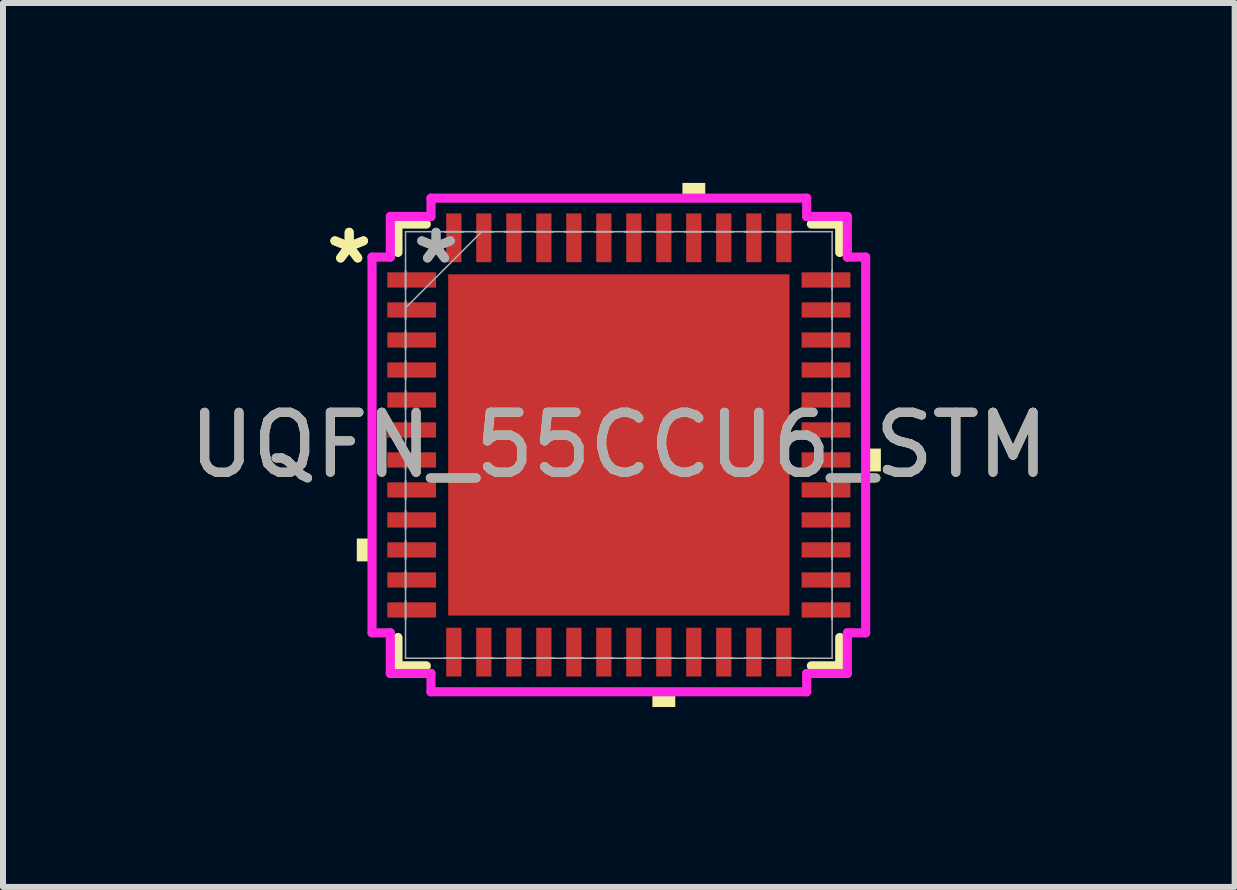
<source format=kicad_pcb>
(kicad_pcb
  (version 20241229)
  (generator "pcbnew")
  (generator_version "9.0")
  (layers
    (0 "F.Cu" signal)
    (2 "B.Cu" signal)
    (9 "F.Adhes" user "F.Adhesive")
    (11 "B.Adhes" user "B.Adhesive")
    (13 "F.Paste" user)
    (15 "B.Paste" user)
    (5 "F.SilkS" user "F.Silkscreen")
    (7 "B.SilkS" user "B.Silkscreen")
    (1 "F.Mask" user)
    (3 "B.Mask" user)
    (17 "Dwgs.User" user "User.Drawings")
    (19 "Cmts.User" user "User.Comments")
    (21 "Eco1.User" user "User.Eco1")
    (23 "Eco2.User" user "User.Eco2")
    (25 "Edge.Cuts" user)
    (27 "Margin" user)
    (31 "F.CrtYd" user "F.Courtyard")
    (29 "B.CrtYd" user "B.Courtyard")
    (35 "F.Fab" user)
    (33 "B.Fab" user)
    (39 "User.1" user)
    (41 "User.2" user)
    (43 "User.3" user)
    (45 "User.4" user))
  (footprint "UQFN_55CCU6_STM"
    (layer "F.Cu")
    (at 7.268 4.369)
    (property "Reference" "UQFN_55CCU6_STM" (at 0 0 0) (unlocked yes) (layer "F.SilkS") (effects (font (size 1 1) (thickness 0.15))))
    (attr smd)
    (fp_line (start -3.683 -3.683) (end -3.683 -3.21) (stroke (width 0.152) (type solid)) (layer "F.SilkS"))
    (fp_line (start -3.683 3.21) (end -3.683 3.683) (stroke (width 0.152) (type solid)) (layer "F.SilkS"))
    (fp_line (start -3.683 3.683) (end -3.21 3.683) (stroke (width 0.152) (type solid)) (layer "F.SilkS"))
    (fp_line (start -3.21 -3.683) (end -3.683 -3.683) (stroke (width 0.152) (type solid)) (layer "F.SilkS"))
    (fp_line (start 3.21 3.683) (end 3.683 3.683) (stroke (width 0.152) (type solid)) (layer "F.SilkS"))
    (fp_line (start 3.683 -3.683) (end 3.21 -3.683) (stroke (width 0.152) (type solid)) (layer "F.SilkS"))
    (fp_line (start 3.683 -3.21) (end 3.683 -3.683) (stroke (width 0.152) (type solid)) (layer "F.SilkS"))
    (fp_line (start 3.683 3.683) (end 3.683 3.21) (stroke (width 0.152) (type solid)) (layer "F.SilkS"))
    (fp_poly (pts (xy -4.369 1.56) (xy -4.369 1.941) (xy -4.115 1.941) (xy -4.115 1.56)) (stroke (width 0) (type solid)) (fill yes) (layer "F.SilkS"))
    (fp_poly (pts (xy 0.56 4.115) (xy 0.56 4.369) (xy 0.941 4.369) (xy 0.941 4.115)) (stroke (width 0) (type solid)) (fill yes) (layer "F.SilkS"))
    (fp_poly (pts (xy 1.06 -4.115) (xy 1.06 -4.369) (xy 1.441 -4.369) (xy 1.441 -4.115)) (stroke (width 0) (type solid)) (fill yes) (layer "F.SilkS"))
    (fp_poly (pts (xy 4.369 0.06) (xy 4.369 0.441) (xy 4.115 0.441) (xy 4.115 0.06)) (stroke (width 0) (type solid)) (fill yes) (layer "F.SilkS"))
    (fp_poly (pts (xy -2.745 -2.745) (xy -2.745 -1.522) (xy -1.522 -1.522) (xy -1.522 -2.745)) (stroke (width 0) (type solid)) (fill yes) (layer "F.Paste"))
    (fp_poly (pts (xy -2.745 -1.322) (xy -2.745 -0.1) (xy -1.522 -0.1) (xy -1.522 -1.322)) (stroke (width 0) (type solid)) (fill yes) (layer "F.Paste"))
    (fp_poly (pts (xy -2.745 0.1) (xy -2.745 1.322) (xy -1.522 1.322) (xy -1.522 0.1)) (stroke (width 0) (type solid)) (fill yes) (layer "F.Paste"))
    (fp_poly (pts (xy -2.745 1.522) (xy -2.745 2.745) (xy -1.522 2.745) (xy -1.522 1.522)) (stroke (width 0) (type solid)) (fill yes) (layer "F.Paste"))
    (fp_poly (pts (xy -1.322 -2.745) (xy -1.322 -1.522) (xy -0.1 -1.522) (xy -0.1 -2.745)) (stroke (width 0) (type solid)) (fill yes) (layer "F.Paste"))
    (fp_poly (pts (xy -1.322 -1.322) (xy -1.322 -0.1) (xy -0.1 -0.1) (xy -0.1 -1.322)) (stroke (width 0) (type solid)) (fill yes) (layer "F.Paste"))
    (fp_poly (pts (xy -1.322 0.1) (xy -1.322 1.322) (xy -0.1 1.322) (xy -0.1 0.1)) (stroke (width 0) (type solid)) (fill yes) (layer "F.Paste"))
    (fp_poly (pts (xy -1.322 1.522) (xy -1.322 2.745) (xy -0.1 2.745) (xy -0.1 1.522)) (stroke (width 0) (type solid)) (fill yes) (layer "F.Paste"))
    (fp_poly (pts (xy 0.1 -2.745) (xy 0.1 -1.522) (xy 1.322 -1.522) (xy 1.322 -2.745)) (stroke (width 0) (type solid)) (fill yes) (layer "F.Paste"))
    (fp_poly (pts (xy 0.1 -1.322) (xy 0.1 -0.1) (xy 1.322 -0.1) (xy 1.322 -1.322)) (stroke (width 0) (type solid)) (fill yes) (layer "F.Paste"))
    (fp_poly (pts (xy 0.1 0.1) (xy 0.1 1.322) (xy 1.322 1.322) (xy 1.322 0.1)) (stroke (width 0) (type solid)) (fill yes) (layer "F.Paste"))
    (fp_poly (pts (xy 0.1 1.522) (xy 0.1 2.745) (xy 1.322 2.745) (xy 1.322 1.522)) (stroke (width 0) (type solid)) (fill yes) (layer "F.Paste"))
    (fp_poly (pts (xy 1.522 -2.745) (xy 1.522 -1.522) (xy 2.745 -1.522) (xy 2.745 -2.745)) (stroke (width 0) (type solid)) (fill yes) (layer "F.Paste"))
    (fp_poly (pts (xy 1.522 -1.322) (xy 1.522 -0.1) (xy 2.745 -0.1) (xy 2.745 -1.322)) (stroke (width 0) (type solid)) (fill yes) (layer "F.Paste"))
    (fp_poly (pts (xy 1.522 0.1) (xy 1.522 1.322) (xy 2.745 1.322) (xy 2.745 0.1)) (stroke (width 0) (type solid)) (fill yes) (layer "F.Paste"))
    (fp_poly (pts (xy 1.522 1.522) (xy 1.522 2.745) (xy 2.745 2.745) (xy 2.745 1.522)) (stroke (width 0) (type solid)) (fill yes) (layer "F.Paste"))
    (fp_line (start -4.115 -3.132) (end -3.81 -3.132) (stroke (width 0.152) (type solid)) (layer "F.CrtYd"))
    (fp_line (start -4.115 3.132) (end -4.115 -3.132) (stroke (width 0.152) (type solid)) (layer "F.CrtYd"))
    (fp_line (start -3.81 -3.81) (end -3.132 -3.81) (stroke (width 0.152) (type solid)) (layer "F.CrtYd"))
    (fp_line (start -3.81 -3.132) (end -3.81 -3.81) (stroke (width 0.152) (type solid)) (layer "F.CrtYd"))
    (fp_line (start -3.81 3.132) (end -4.115 3.132) (stroke (width 0.152) (type solid)) (layer "F.CrtYd"))
    (fp_line (start -3.81 3.81) (end -3.81 3.132) (stroke (width 0.152) (type solid)) (layer "F.CrtYd"))
    (fp_line (start -3.132 -4.115) (end 3.132 -4.115) (stroke (width 0.152) (type solid)) (layer "F.CrtYd"))
    (fp_line (start -3.132 -3.81) (end -3.132 -4.115) (stroke (width 0.152) (type solid)) (layer "F.CrtYd"))
    (fp_line (start -3.132 3.81) (end -3.81 3.81) (stroke (width 0.152) (type solid)) (layer "F.CrtYd"))
    (fp_line (start -3.132 4.115) (end -3.132 3.81) (stroke (width 0.152) (type solid)) (layer "F.CrtYd"))
    (fp_line (start 3.132 -4.115) (end 3.132 -3.81) (stroke (width 0.152) (type solid)) (layer "F.CrtYd"))
    (fp_line (start 3.132 -3.81) (end 3.81 -3.81) (stroke (width 0.152) (type solid)) (layer "F.CrtYd"))
    (fp_line (start 3.132 3.81) (end 3.132 4.115) (stroke (width 0.152) (type solid)) (layer "F.CrtYd"))
    (fp_line (start 3.132 4.115) (end -3.132 4.115) (stroke (width 0.152) (type solid)) (layer "F.CrtYd"))
    (fp_line (start 3.81 -3.81) (end 3.81 -3.132) (stroke (width 0.152) (type solid)) (layer "F.CrtYd"))
    (fp_line (start 3.81 -3.132) (end 4.115 -3.132) (stroke (width 0.152) (type solid)) (layer "F.CrtYd"))
    (fp_line (start 3.81 3.132) (end 3.81 3.81) (stroke (width 0.152) (type solid)) (layer "F.CrtYd"))
    (fp_line (start 3.81 3.81) (end 3.132 3.81) (stroke (width 0.152) (type solid)) (layer "F.CrtYd"))
    (fp_line (start 4.115 -3.132) (end 4.115 3.132) (stroke (width 0.152) (type solid)) (layer "F.CrtYd"))
    (fp_line (start 4.115 3.132) (end 3.81 3.132) (stroke (width 0.152) (type solid)) (layer "F.CrtYd"))
    (fp_line (start -3.556 -3.556) (end -3.556 -3.556) (stroke (width 0.025) (type solid)) (layer "F.Fab"))
    (fp_line (start -3.556 -3.556) (end -3.556 3.556) (stroke (width 0.025) (type solid)) (layer "F.Fab"))
    (fp_line (start -3.556 -2.903) (end -3.556 -2.903) (stroke (width 0.025) (type solid)) (layer "F.Fab"))
    (fp_line (start -3.556 -2.903) (end -3.556 -2.598) (stroke (width 0.025) (type solid)) (layer "F.Fab"))
    (fp_line (start -3.556 -2.598) (end -3.556 -2.903) (stroke (width 0.025) (type solid)) (layer "F.Fab"))
    (fp_line (start -3.556 -2.598) (end -3.556 -2.598) (stroke (width 0.025) (type solid)) (layer "F.Fab"))
    (fp_line (start -3.556 -2.403) (end -3.556 -2.403) (stroke (width 0.025) (type solid)) (layer "F.Fab"))
    (fp_line (start -3.556 -2.403) (end -3.556 -2.098) (stroke (width 0.025) (type solid)) (layer "F.Fab"))
    (fp_line (start -3.556 -2.286) (end -2.286 -3.556) (stroke (width 0.025) (type solid)) (layer "F.Fab"))
    (fp_line (start -3.556 -2.098) (end -3.556 -2.403) (stroke (width 0.025) (type solid)) (layer "F.Fab"))
    (fp_line (start -3.556 -2.098) (end -3.556 -2.098) (stroke (width 0.025) (type solid)) (layer "F.Fab"))
    (fp_line (start -3.556 -1.903) (end -3.556 -1.903) (stroke (width 0.025) (type solid)) (layer "F.Fab"))
    (fp_line (start -3.556 -1.903) (end -3.556 -1.598) (stroke (width 0.025) (type solid)) (layer "F.Fab"))
    (fp_line (start -3.556 -1.598) (end -3.556 -1.903) (stroke (width 0.025) (type solid)) (layer "F.Fab"))
    (fp_line (start -3.556 -1.598) (end -3.556 -1.598) (stroke (width 0.025) (type solid)) (layer "F.Fab"))
    (fp_line (start -3.556 -1.403) (end -3.556 -1.403) (stroke (width 0.025) (type solid)) (layer "F.Fab"))
    (fp_line (start -3.556 -1.403) (end -3.556 -1.098) (stroke (width 0.025) (type solid)) (layer "F.Fab"))
    (fp_line (start -3.556 -1.098) (end -3.556 -1.403) (stroke (width 0.025) (type solid)) (layer "F.Fab"))
    (fp_line (start -3.556 -1.098) (end -3.556 -1.098) (stroke (width 0.025) (type solid)) (layer "F.Fab"))
    (fp_line (start -3.556 -0.903) (end -3.556 -0.903) (stroke (width 0.025) (type solid)) (layer "F.Fab"))
    (fp_line (start -3.556 -0.903) (end -3.556 -0.598) (stroke (width 0.025) (type solid)) (layer "F.Fab"))
    (fp_line (start -3.556 -0.598) (end -3.556 -0.903) (stroke (width 0.025) (type solid)) (layer "F.Fab"))
    (fp_line (start -3.556 -0.598) (end -3.556 -0.598) (stroke (width 0.025) (type solid)) (layer "F.Fab"))
    (fp_line (start -3.556 -0.402) (end -3.556 -0.402) (stroke (width 0.025) (type solid)) (layer "F.Fab"))
    (fp_line (start -3.556 -0.402) (end -3.556 -0.098) (stroke (width 0.025) (type solid)) (layer "F.Fab"))
    (fp_line (start -3.556 -0.098) (end -3.556 -0.402) (stroke (width 0.025) (type solid)) (layer "F.Fab"))
    (fp_line (start -3.556 -0.098) (end -3.556 -0.098) (stroke (width 0.025) (type solid)) (layer "F.Fab"))
    (fp_line (start -3.556 0.098) (end -3.556 0.098) (stroke (width 0.025) (type solid)) (layer "F.Fab"))
    (fp_line (start -3.556 0.098) (end -3.556 0.402) (stroke (width 0.025) (type solid)) (layer "F.Fab"))
    (fp_line (start -3.556 0.402) (end -3.556 0.098) (stroke (width 0.025) (type solid)) (layer "F.Fab"))
    (fp_line (start -3.556 0.402) (end -3.556 0.402) (stroke (width 0.025) (type solid)) (layer "F.Fab"))
    (fp_line (start -3.556 0.598) (end -3.556 0.598) (stroke (width 0.025) (type solid)) (layer "F.Fab"))
    (fp_line (start -3.556 0.598) (end -3.556 0.903) (stroke (width 0.025) (type solid)) (layer "F.Fab"))
    (fp_line (start -3.556 0.903) (end -3.556 0.598) (stroke (width 0.025) (type solid)) (layer "F.Fab"))
    (fp_line (start -3.556 0.903) (end -3.556 0.903) (stroke (width 0.025) (type solid)) (layer "F.Fab"))
    (fp_line (start -3.556 1.098) (end -3.556 1.098) (stroke (width 0.025) (type solid)) (layer "F.Fab"))
    (fp_line (start -3.556 1.098) (end -3.556 1.403) (stroke (width 0.025) (type solid)) (layer "F.Fab"))
    (fp_line (start -3.556 1.403) (end -3.556 1.098) (stroke (width 0.025) (type solid)) (layer "F.Fab"))
    (fp_line (start -3.556 1.403) (end -3.556 1.403) (stroke (width 0.025) (type solid)) (layer "F.Fab"))
    (fp_line (start -3.556 1.598) (end -3.556 1.598) (stroke (width 0.025) (type solid)) (layer "F.Fab"))
    (fp_line (start -3.556 1.598) (end -3.556 1.903) (stroke (width 0.025) (type solid)) (layer "F.Fab"))
    (fp_line (start -3.556 1.903) (end -3.556 1.598) (stroke (width 0.025) (type solid)) (layer "F.Fab"))
    (fp_line (start -3.556 1.903) (end -3.556 1.903) (stroke (width 0.025) (type solid)) (layer "F.Fab"))
    (fp_line (start -3.556 2.098) (end -3.556 2.098) (stroke (width 0.025) (type solid)) (layer "F.Fab"))
    (fp_line (start -3.556 2.098) (end -3.556 2.403) (stroke (width 0.025) (type solid)) (layer "F.Fab"))
    (fp_line (start -3.556 2.403) (end -3.556 2.098) (stroke (width 0.025) (type solid)) (layer "F.Fab"))
    (fp_line (start -3.556 2.403) (end -3.556 2.403) (stroke (width 0.025) (type solid)) (layer "F.Fab"))
    (fp_line (start -3.556 2.598) (end -3.556 2.598) (stroke (width 0.025) (type solid)) (layer "F.Fab"))
    (fp_line (start -3.556 2.598) (end -3.556 2.903) (stroke (width 0.025) (type solid)) (layer "F.Fab"))
    (fp_line (start -3.556 2.903) (end -3.556 2.598) (stroke (width 0.025) (type solid)) (layer "F.Fab"))
    (fp_line (start -3.556 2.903) (end -3.556 2.903) (stroke (width 0.025) (type solid)) (layer "F.Fab"))
    (fp_line (start -3.556 3.556) (end -3.556 3.556) (stroke (width 0.025) (type solid)) (layer "F.Fab"))
    (fp_line (start -3.556 3.556) (end 3.556 3.556) (stroke (width 0.025) (type solid)) (layer "F.Fab"))
    (fp_line (start -2.903 -3.556) (end -2.903 -3.556) (stroke (width 0.025) (type solid)) (layer "F.Fab"))
    (fp_line (start -2.903 -3.556) (end -2.598 -3.556) (stroke (width 0.025) (type solid)) (layer "F.Fab"))
    (fp_line (start -2.903 3.556) (end -2.903 3.556) (stroke (width 0.025) (type solid)) (layer "F.Fab"))
    (fp_line (start -2.903 3.556) (end -2.598 3.556) (stroke (width 0.025) (type solid)) (layer "F.Fab"))
    (fp_line (start -2.598 -3.556) (end -2.903 -3.556) (stroke (width 0.025) (type solid)) (layer "F.Fab"))
    (fp_line (start -2.598 -3.556) (end -2.598 -3.556) (stroke (width 0.025) (type solid)) (layer "F.Fab"))
    (fp_line (start -2.598 3.556) (end -2.903 3.556) (stroke (width 0.025) (type solid)) (layer "F.Fab"))
    (fp_line (start -2.598 3.556) (end -2.598 3.556) (stroke (width 0.025) (type solid)) (layer "F.Fab"))
    (fp_line (start -2.403 -3.556) (end -2.403 -3.556) (stroke (width 0.025) (type solid)) (layer "F.Fab"))
    (fp_line (start -2.403 -3.556) (end -2.098 -3.556) (stroke (width 0.025) (type solid)) (layer "F.Fab"))
    (fp_line (start -2.403 3.556) (end -2.403 3.556) (stroke (width 0.025) (type solid)) (layer "F.Fab"))
    (fp_line (start -2.403 3.556) (end -2.098 3.556) (stroke (width 0.025) (type solid)) (layer "F.Fab"))
    (fp_line (start -2.098 -3.556) (end -2.403 -3.556) (stroke (width 0.025) (type solid)) (layer "F.Fab"))
    (fp_line (start -2.098 -3.556) (end -2.098 -3.556) (stroke (width 0.025) (type solid)) (layer "F.Fab"))
    (fp_line (start -2.098 3.556) (end -2.403 3.556) (stroke (width 0.025) (type solid)) (layer "F.Fab"))
    (fp_line (start -2.098 3.556) (end -2.098 3.556) (stroke (width 0.025) (type solid)) (layer "F.Fab"))
    (fp_line (start -1.903 -3.556) (end -1.903 -3.556) (stroke (width 0.025) (type solid)) (layer "F.Fab"))
    (fp_line (start -1.903 -3.556) (end -1.598 -3.556) (stroke (width 0.025) (type solid)) (layer "F.Fab"))
    (fp_line (start -1.903 3.556) (end -1.903 3.556) (stroke (width 0.025) (type solid)) (layer "F.Fab"))
    (fp_line (start -1.903 3.556) (end -1.598 3.556) (stroke (width 0.025) (type solid)) (layer "F.Fab"))
    (fp_line (start -1.598 -3.556) (end -1.903 -3.556) (stroke (width 0.025) (type solid)) (layer "F.Fab"))
    (fp_line (start -1.598 -3.556) (end -1.598 -3.556) (stroke (width 0.025) (type solid)) (layer "F.Fab"))
    (fp_line (start -1.598 3.556) (end -1.903 3.556) (stroke (width 0.025) (type solid)) (layer "F.Fab"))
    (fp_line (start -1.598 3.556) (end -1.598 3.556) (stroke (width 0.025) (type solid)) (layer "F.Fab"))
    (fp_line (start -1.403 -3.556) (end -1.403 -3.556) (stroke (width 0.025) (type solid)) (layer "F.Fab"))
    (fp_line (start -1.403 -3.556) (end -1.098 -3.556) (stroke (width 0.025) (type solid)) (layer "F.Fab"))
    (fp_line (start -1.403 3.556) (end -1.403 3.556) (stroke (width 0.025) (type solid)) (layer "F.Fab"))
    (fp_line (start -1.403 3.556) (end -1.098 3.556) (stroke (width 0.025) (type solid)) (layer "F.Fab"))
    (fp_line (start -1.098 -3.556) (end -1.403 -3.556) (stroke (width 0.025) (type solid)) (layer "F.Fab"))
    (fp_line (start -1.098 -3.556) (end -1.098 -3.556) (stroke (width 0.025) (type solid)) (layer "F.Fab"))
    (fp_line (start -1.098 3.556) (end -1.403 3.556) (stroke (width 0.025) (type solid)) (layer "F.Fab"))
    (fp_line (start -1.098 3.556) (end -1.098 3.556) (stroke (width 0.025) (type solid)) (layer "F.Fab"))
    (fp_line (start -0.903 -3.556) (end -0.903 -3.556) (stroke (width 0.025) (type solid)) (layer "F.Fab"))
    (fp_line (start -0.903 -3.556) (end -0.598 -3.556) (stroke (width 0.025) (type solid)) (layer "F.Fab"))
    (fp_line (start -0.903 3.556) (end -0.903 3.556) (stroke (width 0.025) (type solid)) (layer "F.Fab"))
    (fp_line (start -0.903 3.556) (end -0.598 3.556) (stroke (width 0.025) (type solid)) (layer "F.Fab"))
    (fp_line (start -0.598 -3.556) (end -0.903 -3.556) (stroke (width 0.025) (type solid)) (layer "F.Fab"))
    (fp_line (start -0.598 -3.556) (end -0.598 -3.556) (stroke (width 0.025) (type solid)) (layer "F.Fab"))
    (fp_line (start -0.598 3.556) (end -0.903 3.556) (stroke (width 0.025) (type solid)) (layer "F.Fab"))
    (fp_line (start -0.598 3.556) (end -0.598 3.556) (stroke (width 0.025) (type solid)) (layer "F.Fab"))
    (fp_line (start -0.402 -3.556) (end -0.402 -3.556) (stroke (width 0.025) (type solid)) (layer "F.Fab"))
    (fp_line (start -0.402 -3.556) (end -0.098 -3.556) (stroke (width 0.025) (type solid)) (layer "F.Fab"))
    (fp_line (start -0.402 3.556) (end -0.402 3.556) (stroke (width 0.025) (type solid)) (layer "F.Fab"))
    (fp_line (start -0.402 3.556) (end -0.098 3.556) (stroke (width 0.025) (type solid)) (layer "F.Fab"))
    (fp_line (start -0.098 -3.556) (end -0.402 -3.556) (stroke (width 0.025) (type solid)) (layer "F.Fab"))
    (fp_line (start -0.098 -3.556) (end -0.098 -3.556) (stroke (width 0.025) (type solid)) (layer "F.Fab"))
    (fp_line (start -0.098 3.556) (end -0.402 3.556) (stroke (width 0.025) (type solid)) (layer "F.Fab"))
    (fp_line (start -0.098 3.556) (end -0.098 3.556) (stroke (width 0.025) (type solid)) (layer "F.Fab"))
    (fp_line (start 0.098 -3.556) (end 0.098 -3.556) (stroke (width 0.025) (type solid)) (layer "F.Fab"))
    (fp_line (start 0.098 -3.556) (end 0.402 -3.556) (stroke (width 0.025) (type solid)) (layer "F.Fab"))
    (fp_line (start 0.098 3.556) (end 0.098 3.556) (stroke (width 0.025) (type solid)) (layer "F.Fab"))
    (fp_line (start 0.098 3.556) (end 0.402 3.556) (stroke (width 0.025) (type solid)) (layer "F.Fab"))
    (fp_line (start 0.402 -3.556) (end 0.098 -3.556) (stroke (width 0.025) (type solid)) (layer "F.Fab"))
    (fp_line (start 0.402 -3.556) (end 0.402 -3.556) (stroke (width 0.025) (type solid)) (layer "F.Fab"))
    (fp_line (start 0.402 3.556) (end 0.098 3.556) (stroke (width 0.025) (type solid)) (layer "F.Fab"))
    (fp_line (start 0.402 3.556) (end 0.402 3.556) (stroke (width 0.025) (type solid)) (layer "F.Fab"))
    (fp_line (start 0.598 -3.556) (end 0.598 -3.556) (stroke (width 0.025) (type solid)) (layer "F.Fab"))
    (fp_line (start 0.598 -3.556) (end 0.903 -3.556) (stroke (width 0.025) (type solid)) (layer "F.Fab"))
    (fp_line (start 0.598 3.556) (end 0.598 3.556) (stroke (width 0.025) (type solid)) (layer "F.Fab"))
    (fp_line (start 0.598 3.556) (end 0.903 3.556) (stroke (width 0.025) (type solid)) (layer "F.Fab"))
    (fp_line (start 0.903 -3.556) (end 0.598 -3.556) (stroke (width 0.025) (type solid)) (layer "F.Fab"))
    (fp_line (start 0.903 -3.556) (end 0.903 -3.556) (stroke (width 0.025) (type solid)) (layer "F.Fab"))
    (fp_line (start 0.903 3.556) (end 0.598 3.556) (stroke (width 0.025) (type solid)) (layer "F.Fab"))
    (fp_line (start 0.903 3.556) (end 0.903 3.556) (stroke (width 0.025) (type solid)) (layer "F.Fab"))
    (fp_line (start 1.098 -3.556) (end 1.098 -3.556) (stroke (width 0.025) (type solid)) (layer "F.Fab"))
    (fp_line (start 1.098 -3.556) (end 1.403 -3.556) (stroke (width 0.025) (type solid)) (layer "F.Fab"))
    (fp_line (start 1.098 3.556) (end 1.098 3.556) (stroke (width 0.025) (type solid)) (layer "F.Fab"))
    (fp_line (start 1.098 3.556) (end 1.403 3.556) (stroke (width 0.025) (type solid)) (layer "F.Fab"))
    (fp_line (start 1.403 -3.556) (end 1.098 -3.556) (stroke (width 0.025) (type solid)) (layer "F.Fab"))
    (fp_line (start 1.403 -3.556) (end 1.403 -3.556) (stroke (width 0.025) (type solid)) (layer "F.Fab"))
    (fp_line (start 1.403 3.556) (end 1.098 3.556) (stroke (width 0.025) (type solid)) (layer "F.Fab"))
    (fp_line (start 1.403 3.556) (end 1.403 3.556) (stroke (width 0.025) (type solid)) (layer "F.Fab"))
    (fp_line (start 1.598 -3.556) (end 1.598 -3.556) (stroke (width 0.025) (type solid)) (layer "F.Fab"))
    (fp_line (start 1.598 -3.556) (end 1.903 -3.556) (stroke (width 0.025) (type solid)) (layer "F.Fab"))
    (fp_line (start 1.598 3.556) (end 1.598 3.556) (stroke (width 0.025) (type solid)) (layer "F.Fab"))
    (fp_line (start 1.598 3.556) (end 1.903 3.556) (stroke (width 0.025) (type solid)) (layer "F.Fab"))
    (fp_line (start 1.903 -3.556) (end 1.598 -3.556) (stroke (width 0.025) (type solid)) (layer "F.Fab"))
    (fp_line (start 1.903 -3.556) (end 1.903 -3.556) (stroke (width 0.025) (type solid)) (layer "F.Fab"))
    (fp_line (start 1.903 3.556) (end 1.598 3.556) (stroke (width 0.025) (type solid)) (layer "F.Fab"))
    (fp_line (start 1.903 3.556) (end 1.903 3.556) (stroke (width 0.025) (type solid)) (layer "F.Fab"))
    (fp_line (start 2.098 -3.556) (end 2.098 -3.556) (stroke (width 0.025) (type solid)) (layer "F.Fab"))
    (fp_line (start 2.098 -3.556) (end 2.403 -3.556) (stroke (width 0.025) (type solid)) (layer "F.Fab"))
    (fp_line (start 2.098 3.556) (end 2.098 3.556) (stroke (width 0.025) (type solid)) (layer "F.Fab"))
    (fp_line (start 2.098 3.556) (end 2.403 3.556) (stroke (width 0.025) (type solid)) (layer "F.Fab"))
    (fp_line (start 2.403 -3.556) (end 2.098 -3.556) (stroke (width 0.025) (type solid)) (layer "F.Fab"))
    (fp_line (start 2.403 -3.556) (end 2.403 -3.556) (stroke (width 0.025) (type solid)) (layer "F.Fab"))
    (fp_line (start 2.403 3.556) (end 2.098 3.556) (stroke (width 0.025) (type solid)) (layer "F.Fab"))
    (fp_line (start 2.403 3.556) (end 2.403 3.556) (stroke (width 0.025) (type solid)) (layer "F.Fab"))
    (fp_line (start 2.598 -3.556) (end 2.598 -3.556) (stroke (width 0.025) (type solid)) (layer "F.Fab"))
    (fp_line (start 2.598 -3.556) (end 2.903 -3.556) (stroke (width 0.025) (type solid)) (layer "F.Fab"))
    (fp_line (start 2.598 3.556) (end 2.598 3.556) (stroke (width 0.025) (type solid)) (layer "F.Fab"))
    (fp_line (start 2.598 3.556) (end 2.903 3.556) (stroke (width 0.025) (type solid)) (layer "F.Fab"))
    (fp_line (start 2.903 -3.556) (end 2.598 -3.556) (stroke (width 0.025) (type solid)) (layer "F.Fab"))
    (fp_line (start 2.903 -3.556) (end 2.903 -3.556) (stroke (width 0.025) (type solid)) (layer "F.Fab"))
    (fp_line (start 2.903 3.556) (end 2.598 3.556) (stroke (width 0.025) (type solid)) (layer "F.Fab"))
    (fp_line (start 2.903 3.556) (end 2.903 3.556) (stroke (width 0.025) (type solid)) (layer "F.Fab"))
    (fp_line (start 3.556 -3.556) (end -3.556 -3.556) (stroke (width 0.025) (type solid)) (layer "F.Fab"))
    (fp_line (start 3.556 -3.556) (end 3.556 -3.556) (stroke (width 0.025) (type solid)) (layer "F.Fab"))
    (fp_line (start 3.556 -2.903) (end 3.556 -2.903) (stroke (width 0.025) (type solid)) (layer "F.Fab"))
    (fp_line (start 3.556 -2.903) (end 3.556 -2.598) (stroke (width 0.025) (type solid)) (layer "F.Fab"))
    (fp_line (start 3.556 -2.598) (end 3.556 -2.903) (stroke (width 0.025) (type solid)) (layer "F.Fab"))
    (fp_line (start 3.556 -2.598) (end 3.556 -2.598) (stroke (width 0.025) (type solid)) (layer "F.Fab"))
    (fp_line (start 3.556 -2.403) (end 3.556 -2.403) (stroke (width 0.025) (type solid)) (layer "F.Fab"))
    (fp_line (start 3.556 -2.403) (end 3.556 -2.098) (stroke (width 0.025) (type solid)) (layer "F.Fab"))
    (fp_line (start 3.556 -2.098) (end 3.556 -2.403) (stroke (width 0.025) (type solid)) (layer "F.Fab"))
    (fp_line (start 3.556 -2.098) (end 3.556 -2.098) (stroke (width 0.025) (type solid)) (layer "F.Fab"))
    (fp_line (start 3.556 -1.903) (end 3.556 -1.903) (stroke (width 0.025) (type solid)) (layer "F.Fab"))
    (fp_line (start 3.556 -1.903) (end 3.556 -1.598) (stroke (width 0.025) (type solid)) (layer "F.Fab"))
    (fp_line (start 3.556 -1.598) (end 3.556 -1.903) (stroke (width 0.025) (type solid)) (layer "F.Fab"))
    (fp_line (start 3.556 -1.598) (end 3.556 -1.598) (stroke (width 0.025) (type solid)) (layer "F.Fab"))
    (fp_line (start 3.556 -1.403) (end 3.556 -1.403) (stroke (width 0.025) (type solid)) (layer "F.Fab"))
    (fp_line (start 3.556 -1.403) (end 3.556 -1.098) (stroke (width 0.025) (type solid)) (layer "F.Fab"))
    (fp_line (start 3.556 -1.098) (end 3.556 -1.403) (stroke (width 0.025) (type solid)) (layer "F.Fab"))
    (fp_line (start 3.556 -1.098) (end 3.556 -1.098) (stroke (width 0.025) (type solid)) (layer "F.Fab"))
    (fp_line (start 3.556 -0.903) (end 3.556 -0.903) (stroke (width 0.025) (type solid)) (layer "F.Fab"))
    (fp_line (start 3.556 -0.903) (end 3.556 -0.598) (stroke (width 0.025) (type solid)) (layer "F.Fab"))
    (fp_line (start 3.556 -0.598) (end 3.556 -0.903) (stroke (width 0.025) (type solid)) (layer "F.Fab"))
    (fp_line (start 3.556 -0.598) (end 3.556 -0.598) (stroke (width 0.025) (type solid)) (layer "F.Fab"))
    (fp_line (start 3.556 -0.402) (end 3.556 -0.402) (stroke (width 0.025) (type solid)) (layer "F.Fab"))
    (fp_line (start 3.556 -0.402) (end 3.556 -0.098) (stroke (width 0.025) (type solid)) (layer "F.Fab"))
    (fp_line (start 3.556 -0.098) (end 3.556 -0.402) (stroke (width 0.025) (type solid)) (layer "F.Fab"))
    (fp_line (start 3.556 -0.098) (end 3.556 -0.098) (stroke (width 0.025) (type solid)) (layer "F.Fab"))
    (fp_line (start 3.556 0.098) (end 3.556 0.098) (stroke (width 0.025) (type solid)) (layer "F.Fab"))
    (fp_line (start 3.556 0.098) (end 3.556 0.402) (stroke (width 0.025) (type solid)) (layer "F.Fab"))
    (fp_line (start 3.556 0.402) (end 3.556 0.098) (stroke (width 0.025) (type solid)) (layer "F.Fab"))
    (fp_line (start 3.556 0.402) (end 3.556 0.402) (stroke (width 0.025) (type solid)) (layer "F.Fab"))
    (fp_line (start 3.556 0.598) (end 3.556 0.598) (stroke (width 0.025) (type solid)) (layer "F.Fab"))
    (fp_line (start 3.556 0.598) (end 3.556 0.903) (stroke (width 0.025) (type solid)) (layer "F.Fab"))
    (fp_line (start 3.556 0.903) (end 3.556 0.598) (stroke (width 0.025) (type solid)) (layer "F.Fab"))
    (fp_line (start 3.556 0.903) (end 3.556 0.903) (stroke (width 0.025) (type solid)) (layer "F.Fab"))
    (fp_line (start 3.556 1.098) (end 3.556 1.098) (stroke (width 0.025) (type solid)) (layer "F.Fab"))
    (fp_line (start 3.556 1.098) (end 3.556 1.403) (stroke (width 0.025) (type solid)) (layer "F.Fab"))
    (fp_line (start 3.556 1.403) (end 3.556 1.098) (stroke (width 0.025) (type solid)) (layer "F.Fab"))
    (fp_line (start 3.556 1.403) (end 3.556 1.403) (stroke (width 0.025) (type solid)) (layer "F.Fab"))
    (fp_line (start 3.556 1.598) (end 3.556 1.598) (stroke (width 0.025) (type solid)) (layer "F.Fab"))
    (fp_line (start 3.556 1.598) (end 3.556 1.903) (stroke (width 0.025) (type solid)) (layer "F.Fab"))
    (fp_line (start 3.556 1.903) (end 3.556 1.598) (stroke (width 0.025) (type solid)) (layer "F.Fab"))
    (fp_line (start 3.556 1.903) (end 3.556 1.903) (stroke (width 0.025) (type solid)) (layer "F.Fab"))
    (fp_line (start 3.556 2.098) (end 3.556 2.098) (stroke (width 0.025) (type solid)) (layer "F.Fab"))
    (fp_line (start 3.556 2.098) (end 3.556 2.403) (stroke (width 0.025) (type solid)) (layer "F.Fab"))
    (fp_line (start 3.556 2.403) (end 3.556 2.098) (stroke (width 0.025) (type solid)) (layer "F.Fab"))
    (fp_line (start 3.556 2.403) (end 3.556 2.403) (stroke (width 0.025) (type solid)) (layer "F.Fab"))
    (fp_line (start 3.556 2.598) (end 3.556 2.598) (stroke (width 0.025) (type solid)) (layer "F.Fab"))
    (fp_line (start 3.556 2.598) (end 3.556 2.903) (stroke (width 0.025) (type solid)) (layer "F.Fab"))
    (fp_line (start 3.556 2.903) (end 3.556 2.598) (stroke (width 0.025) (type solid)) (layer "F.Fab"))
    (fp_line (start 3.556 2.903) (end 3.556 2.903) (stroke (width 0.025) (type solid)) (layer "F.Fab"))
    (fp_line (start 3.556 3.556) (end 3.556 -3.556) (stroke (width 0.025) (type solid)) (layer "F.Fab"))
    (fp_line (start 3.556 3.556) (end 3.556 3.556) (stroke (width 0.025) (type solid)) (layer "F.Fab"))
    (fp_text user "*" (at -4.496 -3.001 0) (layer "F.SilkS") (effects (font (size 1 1) (thickness 0.15))))
    (fp_text user "*" (at -4.496 -3.001 0) (unlocked yes) (layer "F.SilkS") (effects (font (size 1 1) (thickness 0.15))))
    (fp_text user "*" (at -3.048 -3.001 0) (unlocked yes) (layer "F.Fab") (effects (font (size 1 1) (thickness 0.15))))
    (fp_text user "*" (at -3.048 -3.001 0) (layer "F.Fab") (effects (font (size 1 1) (thickness 0.15))))
    (fp_text user "${REFERENCE}" (at 0 0 0) (unlocked yes) (layer "F.Fab") (effects (font (size 1 1) (thickness 0.15))))
    (pad "1" smd rect (at -3.454 -2.751 90) (size 0.254 0.813) (layers "F.Cu" "F.Mask" "F.Paste"))
    (pad "2" smd rect (at -3.454 -2.251 90) (size 0.254 0.813) (layers "F.Cu" "F.Mask" "F.Paste"))
    (pad "3" smd rect (at -3.454 -1.75 90) (size 0.254 0.813) (layers "F.Cu" "F.Mask" "F.Paste"))
    (pad "4" smd rect (at -3.454 -1.25 90) (size 0.254 0.813) (layers "F.Cu" "F.Mask" "F.Paste"))
    (pad "5" smd rect (at -3.454 -0.75 90) (size 0.254 0.813) (layers "F.Cu" "F.Mask" "F.Paste"))
    (pad "6" smd rect (at -3.454 -0.25 90) (size 0.254 0.813) (layers "F.Cu" "F.Mask" "F.Paste"))
    (pad "7" smd rect (at -3.454 0.25 90) (size 0.254 0.813) (layers "F.Cu" "F.Mask" "F.Paste"))
    (pad "8" smd rect (at -3.454 0.75 90) (size 0.254 0.813) (layers "F.Cu" "F.Mask" "F.Paste"))
    (pad "9" smd rect (at -3.454 1.25 90) (size 0.254 0.813) (layers "F.Cu" "F.Mask" "F.Paste"))
    (pad "10" smd rect (at -3.454 1.75 90) (size 0.254 0.813) (layers "F.Cu" "F.Mask" "F.Paste"))
    (pad "11" smd rect (at -3.454 2.251 90) (size 0.254 0.813) (layers "F.Cu" "F.Mask" "F.Paste"))
    (pad "12" smd rect (at -3.454 2.751 90) (size 0.254 0.813) (layers "F.Cu" "F.Mask" "F.Paste"))
    (pad "13" smd rect (at -2.751 3.454) (size 0.254 0.813) (layers "F.Cu" "F.Mask" "F.Paste"))
    (pad "14" smd rect (at -2.251 3.454) (size 0.254 0.813) (layers "F.Cu" "F.Mask" "F.Paste"))
    (pad "15" smd rect (at -1.75 3.454) (size 0.254 0.813) (layers "F.Cu" "F.Mask" "F.Paste"))
    (pad "16" smd rect (at -1.25 3.454) (size 0.254 0.813) (layers "F.Cu" "F.Mask" "F.Paste"))
    (pad "17" smd rect (at -0.75 3.454) (size 0.254 0.813) (layers "F.Cu" "F.Mask" "F.Paste"))
    (pad "18" smd rect (at -0.25 3.454) (size 0.254 0.813) (layers "F.Cu" "F.Mask" "F.Paste"))
    (pad "19" smd rect (at 0.25 3.454) (size 0.254 0.813) (layers "F.Cu" "F.Mask" "F.Paste"))
    (pad "20" smd rect (at 0.75 3.454) (size 0.254 0.813) (layers "F.Cu" "F.Mask" "F.Paste"))
    (pad "21" smd rect (at 1.25 3.454) (size 0.254 0.813) (layers "F.Cu" "F.Mask" "F.Paste"))
    (pad "22" smd rect (at 1.75 3.454) (size 0.254 0.813) (layers "F.Cu" "F.Mask" "F.Paste"))
    (pad "23" smd rect (at 2.251 3.454) (size 0.254 0.813) (layers "F.Cu" "F.Mask" "F.Paste"))
    (pad "24" smd rect (at 2.751 3.454) (size 0.254 0.813) (layers "F.Cu" "F.Mask" "F.Paste"))
    (pad "25" smd rect (at 3.454 2.751 90) (size 0.254 0.813) (layers "F.Cu" "F.Mask" "F.Paste"))
    (pad "26" smd rect (at 3.454 2.251 90) (size 0.254 0.813) (layers "F.Cu" "F.Mask" "F.Paste"))
    (pad "27" smd rect (at 3.454 1.75 90) (size 0.254 0.813) (layers "F.Cu" "F.Mask" "F.Paste"))
    (pad "28" smd rect (at 3.454 1.25 90) (size 0.254 0.813) (layers "F.Cu" "F.Mask" "F.Paste"))
    (pad "29" smd rect (at 3.454 0.75 90) (size 0.254 0.813) (layers "F.Cu" "F.Mask" "F.Paste"))
    (pad "30" smd rect (at 3.454 0.25 90) (size 0.254 0.813) (layers "F.Cu" "F.Mask" "F.Paste"))
    (pad "31" smd rect (at 3.454 -0.25 90) (size 0.254 0.813) (layers "F.Cu" "F.Mask" "F.Paste"))
    (pad "32" smd rect (at 3.454 -0.75 90) (size 0.254 0.813) (layers "F.Cu" "F.Mask" "F.Paste"))
    (pad "33" smd rect (at 3.454 -1.25 90) (size 0.254 0.813) (layers "F.Cu" "F.Mask" "F.Paste"))
    (pad "34" smd rect (at 3.454 -1.75 90) (size 0.254 0.813) (layers "F.Cu" "F.Mask" "F.Paste"))
    (pad "35" smd rect (at 3.454 -2.251 90) (size 0.254 0.813) (layers "F.Cu" "F.Mask" "F.Paste"))
    (pad "36" smd rect (at 3.454 -2.751 90) (size 0.254 0.813) (layers "F.Cu" "F.Mask" "F.Paste"))
    (pad "37" smd rect (at 2.751 -3.454) (size 0.254 0.813) (layers "F.Cu" "F.Mask" "F.Paste"))
    (pad "38" smd rect (at 2.251 -3.454) (size 0.254 0.813) (layers "F.Cu" "F.Mask" "F.Paste"))
    (pad "39" smd rect (at 1.75 -3.454) (size 0.254 0.813) (layers "F.Cu" "F.Mask" "F.Paste"))
    (pad "40" smd rect (at 1.25 -3.454) (size 0.254 0.813) (layers "F.Cu" "F.Mask" "F.Paste"))
    (pad "41" smd rect (at 0.75 -3.454) (size 0.254 0.813) (layers "F.Cu" "F.Mask" "F.Paste"))
    (pad "42" smd rect (at 0.25 -3.454) (size 0.254 0.813) (layers "F.Cu" "F.Mask" "F.Paste"))
    (pad "43" smd rect (at -0.25 -3.454) (size 0.254 0.813) (layers "F.Cu" "F.Mask" "F.Paste"))
    (pad "44" smd rect (at -0.75 -3.454) (size 0.254 0.813) (layers "F.Cu" "F.Mask" "F.Paste"))
    (pad "45" smd rect (at -1.25 -3.454) (size 0.254 0.813) (layers "F.Cu" "F.Mask" "F.Paste"))
    (pad "46" smd rect (at -1.75 -3.454) (size 0.254 0.813) (layers "F.Cu" "F.Mask" "F.Paste"))
    (pad "47" smd rect (at -2.251 -3.454) (size 0.254 0.813) (layers "F.Cu" "F.Mask" "F.Paste"))
    (pad "48" smd rect (at -2.751 -3.454) (size 0.254 0.813) (layers "F.Cu" "F.Mask" "F.Paste"))
    (pad "49" smd rect (at 0 0) (size 5.69 5.69) (layers "F.Cu" "F.Mask")))
  (gr_rect
    (start -3 -3)
    (end 17.536 11.738)
    (stroke (width 0.1) (type default))
    (fill no)
    (layer "Edge.Cuts")))
</source>
